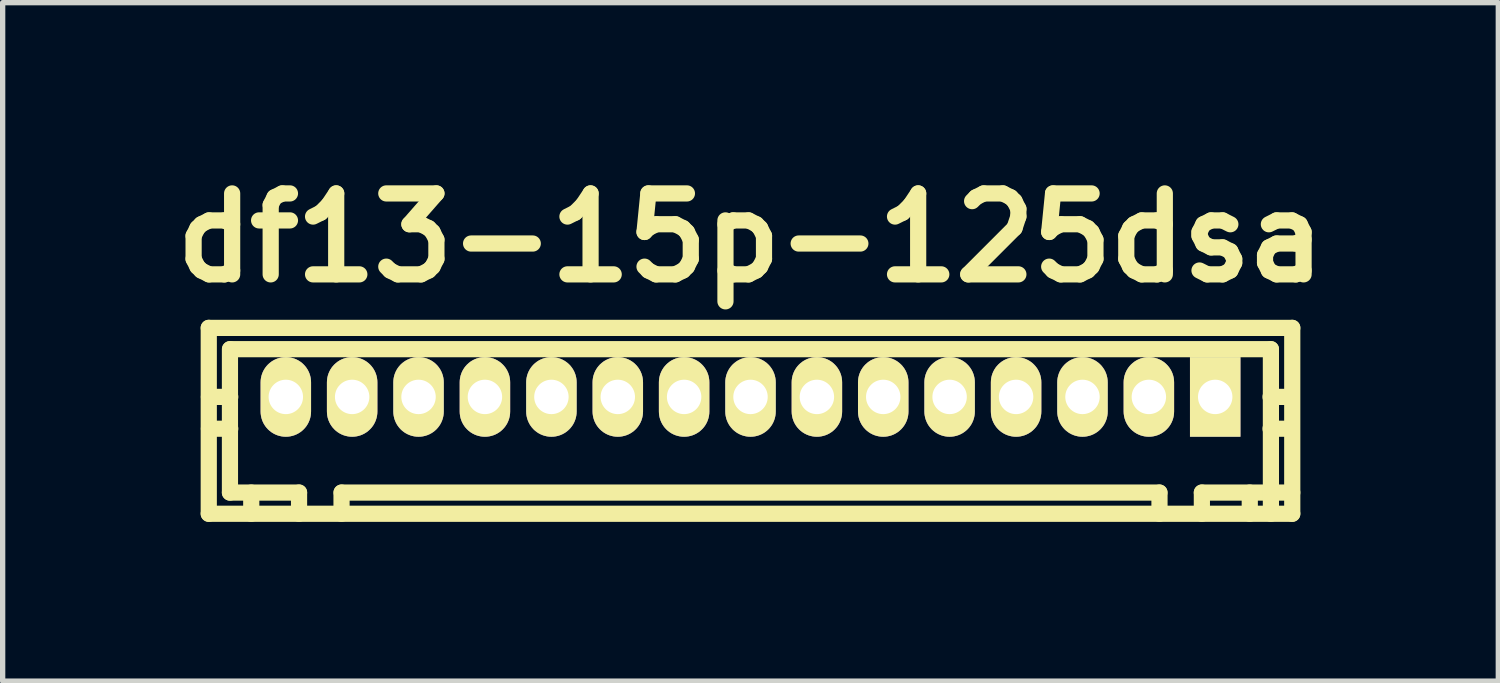
<source format=kicad_pcb>
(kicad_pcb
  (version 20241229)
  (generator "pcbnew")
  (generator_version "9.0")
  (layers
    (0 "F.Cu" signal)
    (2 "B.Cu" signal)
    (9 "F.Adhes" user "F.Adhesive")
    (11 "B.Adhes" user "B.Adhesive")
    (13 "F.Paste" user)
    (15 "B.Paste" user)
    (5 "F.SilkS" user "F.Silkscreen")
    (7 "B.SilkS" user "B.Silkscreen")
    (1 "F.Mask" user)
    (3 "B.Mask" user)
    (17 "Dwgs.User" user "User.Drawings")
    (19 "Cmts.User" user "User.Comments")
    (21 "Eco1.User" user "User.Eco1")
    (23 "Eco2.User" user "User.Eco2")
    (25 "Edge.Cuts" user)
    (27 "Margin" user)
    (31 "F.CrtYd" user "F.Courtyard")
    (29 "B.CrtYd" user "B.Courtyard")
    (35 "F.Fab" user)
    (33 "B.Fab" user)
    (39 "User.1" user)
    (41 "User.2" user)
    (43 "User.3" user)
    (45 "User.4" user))
  (footprint "df13-15p-125dsa"
    (layer "F.Cu")
    (at 11.082 4.424)
    (property "Reference" "df13-15p-125dsa" (at 0 -2.997 0) (layer "F.SilkS") (effects (font (size 1.524 1.524) (thickness 0.305))))
    (attr through_hole)
    (fp_line (start -10.201 2.2) (end -10.201 -1.3) (stroke (width 0.305) (type solid)) (layer "F.SilkS"))
    (fp_line (start -10.201 2.2) (end 10.201 2.2) (stroke (width 0.305) (type solid)) (layer "F.SilkS"))
    (fp_line (start -9.802 -0.899) (end -9.802 1.801) (stroke (width 0.305) (type solid)) (layer "F.SilkS"))
    (fp_line (start -9.799 -0.899) (end 9.799 -0.899) (stroke (width 0.305) (type solid)) (layer "F.SilkS"))
    (fp_line (start -9.797 0) (end -10.198 0) (stroke (width 0.305) (type solid)) (layer "F.SilkS"))
    (fp_line (start -9.797 0.599) (end -10.198 0.599) (stroke (width 0.305) (type solid)) (layer "F.SilkS"))
    (fp_line (start -9.401 1.801) (end -9.401 2.2) (stroke (width 0.305) (type solid)) (layer "F.SilkS"))
    (fp_line (start -8.801 -0.099) (end -8.801 0.099) (stroke (width 0.305) (type solid)) (layer "F.SilkS"))
    (fp_line (start -8.801 0.099) (end -8.6 0.099) (stroke (width 0.305) (type solid)) (layer "F.SilkS"))
    (fp_line (start -8.6 -0.099) (end -8.801 -0.099) (stroke (width 0.305) (type solid)) (layer "F.SilkS"))
    (fp_line (start -8.6 0.099) (end -8.6 -0.099) (stroke (width 0.305) (type solid)) (layer "F.SilkS"))
    (fp_line (start -8.501 1.801) (end -9.802 1.801) (stroke (width 0.305) (type solid)) (layer "F.SilkS"))
    (fp_line (start -8.501 1.801) (end -8.501 2.2) (stroke (width 0.305) (type solid)) (layer "F.SilkS"))
    (fp_line (start -7.701 2.2) (end -7.701 1.801) (stroke (width 0.305) (type solid)) (layer "F.SilkS"))
    (fp_line (start -7.6 -0.099) (end -7.6 0.099) (stroke (width 0.305) (type solid)) (layer "F.SilkS"))
    (fp_line (start -7.6 0.099) (end -7.399 0.099) (stroke (width 0.305) (type solid)) (layer "F.SilkS"))
    (fp_line (start -7.399 -0.099) (end -7.6 -0.099) (stroke (width 0.305) (type solid)) (layer "F.SilkS"))
    (fp_line (start -7.399 0.099) (end -7.399 -0.099) (stroke (width 0.305) (type solid)) (layer "F.SilkS"))
    (fp_line (start -6.299 -0.099) (end -6.299 0.099) (stroke (width 0.305) (type solid)) (layer "F.SilkS"))
    (fp_line (start -6.299 0.099) (end -6.101 0.099) (stroke (width 0.305) (type solid)) (layer "F.SilkS"))
    (fp_line (start -6.101 -0.099) (end -6.299 -0.099) (stroke (width 0.305) (type solid)) (layer "F.SilkS"))
    (fp_line (start -6.101 0.099) (end -6.101 -0.099) (stroke (width 0.305) (type solid)) (layer "F.SilkS"))
    (fp_line (start -5.1 -0.099) (end -5.1 0.099) (stroke (width 0.305) (type solid)) (layer "F.SilkS"))
    (fp_line (start -5.1 0.099) (end -4.9 0.099) (stroke (width 0.305) (type solid)) (layer "F.SilkS"))
    (fp_line (start -4.9 -0.099) (end -5.1 -0.099) (stroke (width 0.305) (type solid)) (layer "F.SilkS"))
    (fp_line (start -4.9 0.099) (end -4.9 -0.099) (stroke (width 0.305) (type solid)) (layer "F.SilkS"))
    (fp_line (start -3.8 -0.099) (end -3.8 0.099) (stroke (width 0.305) (type solid)) (layer "F.SilkS"))
    (fp_line (start -3.8 0.099) (end -3.599 0.099) (stroke (width 0.305) (type solid)) (layer "F.SilkS"))
    (fp_line (start -3.599 -0.099) (end -3.8 -0.099) (stroke (width 0.305) (type solid)) (layer "F.SilkS"))
    (fp_line (start -3.599 0.099) (end -3.599 -0.099) (stroke (width 0.305) (type solid)) (layer "F.SilkS"))
    (fp_line (start -2.601 -0.099) (end -2.601 0.099) (stroke (width 0.305) (type solid)) (layer "F.SilkS"))
    (fp_line (start -2.601 0.099) (end -2.4 0.099) (stroke (width 0.305) (type solid)) (layer "F.SilkS"))
    (fp_line (start -2.4 -0.099) (end -2.601 -0.099) (stroke (width 0.305) (type solid)) (layer "F.SilkS"))
    (fp_line (start -2.4 0.099) (end -2.4 -0.099) (stroke (width 0.305) (type solid)) (layer "F.SilkS"))
    (fp_line (start -1.3 -0.099) (end -1.3 0.099) (stroke (width 0.305) (type solid)) (layer "F.SilkS"))
    (fp_line (start -1.3 0.099) (end -1.1 0.099) (stroke (width 0.305) (type solid)) (layer "F.SilkS"))
    (fp_line (start -1.1 -0.099) (end -1.3 -0.099) (stroke (width 0.305) (type solid)) (layer "F.SilkS"))
    (fp_line (start -1.1 0.099) (end -1.1 -0.099) (stroke (width 0.305) (type solid)) (layer "F.SilkS"))
    (fp_line (start -0.099 -0.099) (end 0.099 -0.099) (stroke (width 0.305) (type solid)) (layer "F.SilkS"))
    (fp_line (start -0.099 0.099) (end -0.099 -0.099) (stroke (width 0.305) (type solid)) (layer "F.SilkS"))
    (fp_line (start 0.099 -0.099) (end 0.099 0.099) (stroke (width 0.305) (type solid)) (layer "F.SilkS"))
    (fp_line (start 0.099 0.099) (end -0.099 0.099) (stroke (width 0.305) (type solid)) (layer "F.SilkS"))
    (fp_line (start 1.1 -0.099) (end 1.3 -0.099) (stroke (width 0.305) (type solid)) (layer "F.SilkS"))
    (fp_line (start 1.1 0.099) (end 1.1 -0.099) (stroke (width 0.305) (type solid)) (layer "F.SilkS"))
    (fp_line (start 1.3 -0.099) (end 1.3 0.099) (stroke (width 0.305) (type solid)) (layer "F.SilkS"))
    (fp_line (start 1.3 0.099) (end 1.1 0.099) (stroke (width 0.305) (type solid)) (layer "F.SilkS"))
    (fp_line (start 2.4 -0.099) (end 2.4 0.099) (stroke (width 0.305) (type solid)) (layer "F.SilkS"))
    (fp_line (start 2.4 0.099) (end 2.601 0.099) (stroke (width 0.305) (type solid)) (layer "F.SilkS"))
    (fp_line (start 2.601 -0.099) (end 2.4 -0.099) (stroke (width 0.305) (type solid)) (layer "F.SilkS"))
    (fp_line (start 2.601 0.099) (end 2.601 -0.099) (stroke (width 0.305) (type solid)) (layer "F.SilkS"))
    (fp_line (start 3.599 -0.099) (end 3.8 -0.099) (stroke (width 0.305) (type solid)) (layer "F.SilkS"))
    (fp_line (start 3.599 0.099) (end 3.599 -0.099) (stroke (width 0.305) (type solid)) (layer "F.SilkS"))
    (fp_line (start 3.8 -0.099) (end 3.8 0.099) (stroke (width 0.305) (type solid)) (layer "F.SilkS"))
    (fp_line (start 3.8 0.099) (end 3.599 0.099) (stroke (width 0.305) (type solid)) (layer "F.SilkS"))
    (fp_line (start 4.9 -0.099) (end 5.1 -0.099) (stroke (width 0.305) (type solid)) (layer "F.SilkS"))
    (fp_line (start 4.9 0.099) (end 4.9 -0.099) (stroke (width 0.305) (type solid)) (layer "F.SilkS"))
    (fp_line (start 5.1 -0.099) (end 5.1 0.099) (stroke (width 0.305) (type solid)) (layer "F.SilkS"))
    (fp_line (start 5.1 0.099) (end 4.9 0.099) (stroke (width 0.305) (type solid)) (layer "F.SilkS"))
    (fp_line (start 6.101 -0.099) (end 6.299 -0.099) (stroke (width 0.305) (type solid)) (layer "F.SilkS"))
    (fp_line (start 6.101 0.099) (end 6.101 -0.099) (stroke (width 0.305) (type solid)) (layer "F.SilkS"))
    (fp_line (start 6.299 -0.099) (end 6.299 0.099) (stroke (width 0.305) (type solid)) (layer "F.SilkS"))
    (fp_line (start 6.299 0.099) (end 6.101 0.099) (stroke (width 0.305) (type solid)) (layer "F.SilkS"))
    (fp_line (start 7.399 -0.099) (end 7.6 -0.099) (stroke (width 0.305) (type solid)) (layer "F.SilkS"))
    (fp_line (start 7.399 0.099) (end 7.399 -0.099) (stroke (width 0.305) (type solid)) (layer "F.SilkS"))
    (fp_line (start 7.6 -0.099) (end 7.6 0.099) (stroke (width 0.305) (type solid)) (layer "F.SilkS"))
    (fp_line (start 7.6 0.099) (end 7.399 0.099) (stroke (width 0.305) (type solid)) (layer "F.SilkS"))
    (fp_line (start 7.699 1.801) (end -7.699 1.801) (stroke (width 0.305) (type solid)) (layer "F.SilkS"))
    (fp_line (start 7.701 2.2) (end 7.701 1.801) (stroke (width 0.305) (type solid)) (layer "F.SilkS"))
    (fp_line (start 8.499 1.801) (end 8.499 2.2) (stroke (width 0.305) (type solid)) (layer "F.SilkS"))
    (fp_line (start 8.499 1.801) (end 10.201 1.801) (stroke (width 0.305) (type solid)) (layer "F.SilkS"))
    (fp_line (start 8.6 -0.099) (end 8.801 -0.099) (stroke (width 0.305) (type solid)) (layer "F.SilkS"))
    (fp_line (start 8.6 0.099) (end 8.6 -0.099) (stroke (width 0.305) (type solid)) (layer "F.SilkS"))
    (fp_line (start 8.801 -0.099) (end 8.801 0.099) (stroke (width 0.305) (type solid)) (layer "F.SilkS"))
    (fp_line (start 8.801 0.099) (end 8.6 0.099) (stroke (width 0.305) (type solid)) (layer "F.SilkS"))
    (fp_line (start 9.401 1.801) (end 9.401 2.2) (stroke (width 0.305) (type solid)) (layer "F.SilkS"))
    (fp_line (start 9.792 0) (end 10.193 0) (stroke (width 0.305) (type solid)) (layer "F.SilkS"))
    (fp_line (start 9.799 -0.899) (end 9.799 2.2) (stroke (width 0.305) (type solid)) (layer "F.SilkS"))
    (fp_line (start 10.193 0.599) (end 9.792 0.599) (stroke (width 0.305) (type solid)) (layer "F.SilkS"))
    (fp_line (start 10.201 -1.3) (end -10.201 -1.3) (stroke (width 0.305) (type solid)) (layer "F.SilkS"))
    (fp_line (start 10.201 -1.3) (end 10.201 2.2) (stroke (width 0.305) (type solid)) (layer "F.SilkS"))
    (pad "1" thru_hole rect (at 8.75 0) (size 0.95 1.499) (drill 0.648) (layers "*.Cu" "*.Mask" "F.SilkS"))
    (pad "2" thru_hole oval (at 7.501 0) (size 0.95 1.499) (drill 0.648) (layers "*.Cu" "*.Mask" "F.SilkS"))
    (pad "3" thru_hole oval (at 6.251 0) (size 0.95 1.499) (drill 0.648) (layers "*.Cu" "*.Mask" "F.SilkS"))
    (pad "4" thru_hole oval (at 5.001 0) (size 0.95 1.499) (drill 0.648) (layers "*.Cu" "*.Mask" "F.SilkS"))
    (pad "5" thru_hole oval (at 3.749 0) (size 0.95 1.499) (drill 0.648) (layers "*.Cu" "*.Mask" "F.SilkS"))
    (pad "6" thru_hole oval (at 2.499 0) (size 0.95 1.499) (drill 0.648) (layers "*.Cu" "*.Mask" "F.SilkS"))
    (pad "7" thru_hole oval (at 1.25 0) (size 0.95 1.499) (drill 0.648) (layers "*.Cu" "*.Mask" "F.SilkS"))
    (pad "8" thru_hole oval (at 0 0) (size 0.95 1.499) (drill 0.648) (layers "*.Cu" "*.Mask" "F.SilkS"))
    (pad "9" thru_hole oval (at -1.25 0) (size 0.95 1.499) (drill 0.648) (layers "*.Cu" "*.Mask" "F.SilkS"))
    (pad "10" thru_hole oval (at -2.499 0) (size 0.95 1.499) (drill 0.648) (layers "*.Cu" "*.Mask" "F.SilkS"))
    (pad "11" thru_hole oval (at -3.749 0) (size 0.95 1.499) (drill 0.648) (layers "*.Cu" "*.Mask" "F.SilkS"))
    (pad "12" thru_hole oval (at -5.001 0) (size 0.95 1.499) (drill 0.648) (layers "*.Cu" "*.Mask" "F.SilkS"))
    (pad "13" thru_hole oval (at -6.251 0) (size 0.95 1.499) (drill 0.648) (layers "*.Cu" "*.Mask" "F.SilkS"))
    (pad "14" thru_hole oval (at -7.501 0) (size 0.95 1.499) (drill 0.648) (layers "*.Cu" "*.Mask" "F.SilkS"))
    (pad "15" thru_hole oval (at -8.75 0) (size 0.95 1.499) (drill 0.648) (layers "*.Cu" "*.Mask" "F.SilkS")))
  (gr_rect
    (start -3 -3)
    (end 25.163 9.776)
    (stroke (width 0.1) (type default))
    (fill no)
    (layer "Edge.Cuts")))
</source>
